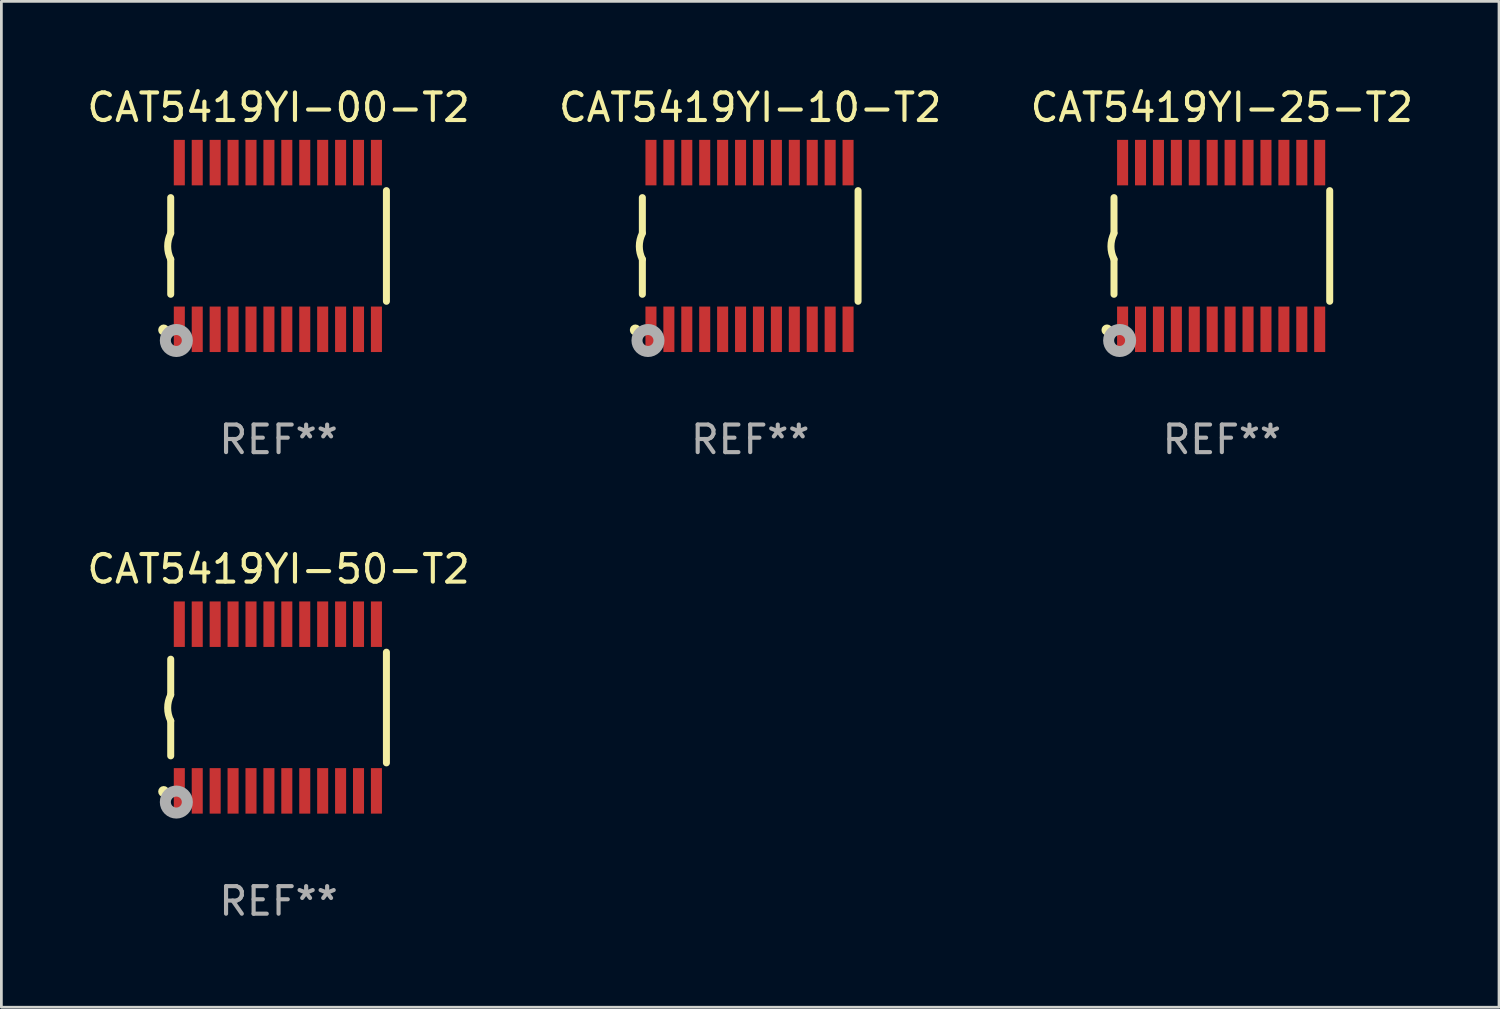
<source format=kicad_pcb>
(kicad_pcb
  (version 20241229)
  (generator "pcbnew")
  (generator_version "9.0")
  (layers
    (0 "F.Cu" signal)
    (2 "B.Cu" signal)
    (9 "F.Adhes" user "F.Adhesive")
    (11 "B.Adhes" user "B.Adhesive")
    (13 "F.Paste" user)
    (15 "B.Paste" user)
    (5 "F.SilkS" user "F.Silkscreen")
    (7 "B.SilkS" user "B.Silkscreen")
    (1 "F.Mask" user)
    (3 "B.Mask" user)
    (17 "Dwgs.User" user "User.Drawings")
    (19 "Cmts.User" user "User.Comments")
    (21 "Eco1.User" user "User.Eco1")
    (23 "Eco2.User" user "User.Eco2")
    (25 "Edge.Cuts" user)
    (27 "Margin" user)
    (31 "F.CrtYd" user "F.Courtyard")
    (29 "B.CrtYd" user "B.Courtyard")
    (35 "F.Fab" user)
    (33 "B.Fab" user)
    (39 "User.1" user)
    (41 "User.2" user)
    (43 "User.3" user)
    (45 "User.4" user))
  (footprint "CAT5419YI-10-T2"
    (layer "F.Cu")
    (at 24.161 5.871)
    (property "Reference" "CAT5419YI-10-T2" (at 0 -5.023 0) (layer "F.SilkS") (effects (font (size 1 1) (thickness 0.15))))
    (attr through_hole)
    (fp_line (start -3.912 -0.483) (end -3.912 -1.753) (stroke (width 0.254) (type solid)) (layer "F.SilkS"))
    (fp_line (start -3.912 1.753) (end -3.912 0.483) (stroke (width 0.254) (type solid)) (layer "F.SilkS"))
    (fp_line (start 3.912 -2.007) (end 3.912 2.007) (stroke (width 0.254) (type solid)) (layer "F.SilkS"))
    (fp_arc (start -3.911608 0.482601) (mid -4.022537 0.0127) (end -3.911608 -0.457201) (stroke (width 0.254001) (type solid)) (layer "F.SilkS"))
    (fp_circle (center -4.166 3.048) (end -4.066 3.048) (stroke (width 0.2) (type solid)) (fill no) (layer "F.SilkS"))
    (fp_circle (center -3.925 3.186) (end -3.895 3.186) (stroke (width 0.06) (type solid)) (fill no) (layer "F.SilkS"))
    (fp_circle (center -3.708 3.429) (end -3.509 3.429) (stroke (width 0.4) (type solid)) (fill no) (layer "F.Fab"))
    (fp_text user "REF**" (at 0 7.023 0) (layer "F.Fab") (effects (font (size 1 1) (thickness 0.15))))
    (pad "1" smd rect (at -3.6 3.023) (size 0.4 1.65) (layers "F.Cu" "F.Mask" "F.Paste"))
    (pad "2" smd rect (at -2.95 3.023) (size 0.4 1.65) (layers "F.Cu" "F.Mask" "F.Paste"))
    (pad "3" smd rect (at -2.3 3.023) (size 0.4 1.65) (layers "F.Cu" "F.Mask" "F.Paste"))
    (pad "4" smd rect (at -1.65 3.023) (size 0.4 1.65) (layers "F.Cu" "F.Mask" "F.Paste"))
    (pad "5" smd rect (at -1 3.023) (size 0.4 1.65) (layers "F.Cu" "F.Mask" "F.Paste"))
    (pad "6" smd rect (at -0.35 3.023) (size 0.4 1.65) (layers "F.Cu" "F.Mask" "F.Paste"))
    (pad "7" smd rect (at 0.299 3.023) (size 0.4 1.65) (layers "F.Cu" "F.Mask" "F.Paste"))
    (pad "8" smd rect (at 0.95 3.023) (size 0.4 1.65) (layers "F.Cu" "F.Mask" "F.Paste"))
    (pad "9" smd rect (at 1.6 3.023) (size 0.4 1.65) (layers "F.Cu" "F.Mask" "F.Paste"))
    (pad "10" smd rect (at 2.25 3.023) (size 0.4 1.65) (layers "F.Cu" "F.Mask" "F.Paste"))
    (pad "11" smd rect (at 2.9 3.023) (size 0.4 1.65) (layers "F.Cu" "F.Mask" "F.Paste"))
    (pad "12" smd rect (at 3.549 3.023) (size 0.4 1.65) (layers "F.Cu" "F.Mask" "F.Paste"))
    (pad "13" smd rect (at 3.549 -3.023) (size 0.4 1.65) (layers "F.Cu" "F.Mask" "F.Paste"))
    (pad "14" smd rect (at 2.9 -3.023) (size 0.4 1.65) (layers "F.Cu" "F.Mask" "F.Paste"))
    (pad "15" smd rect (at 2.25 -3.023) (size 0.4 1.65) (layers "F.Cu" "F.Mask" "F.Paste"))
    (pad "16" smd rect (at 1.6 -3.023) (size 0.4 1.65) (layers "F.Cu" "F.Mask" "F.Paste"))
    (pad "17" smd rect (at 0.95 -3.023) (size 0.4 1.65) (layers "F.Cu" "F.Mask" "F.Paste"))
    (pad "18" smd rect (at 0.299 -3.023) (size 0.4 1.65) (layers "F.Cu" "F.Mask" "F.Paste"))
    (pad "19" smd rect (at -0.35 -3.023) (size 0.4 1.65) (layers "F.Cu" "F.Mask" "F.Paste"))
    (pad "20" smd rect (at -1 -3.023) (size 0.4 1.65) (layers "F.Cu" "F.Mask" "F.Paste"))
    (pad "21" smd rect (at -1.65 -3.023) (size 0.4 1.65) (layers "F.Cu" "F.Mask" "F.Paste"))
    (pad "22" smd rect (at -2.3 -3.023) (size 0.4 1.65) (layers "F.Cu" "F.Mask" "F.Paste"))
    (pad "23" smd rect (at -2.95 -3.023) (size 0.4 1.65) (layers "F.Cu" "F.Mask" "F.Paste"))
    (pad "24" smd rect (at -3.6 -3.023) (size 0.4 1.65) (layers "F.Cu" "F.Mask" "F.Paste")))
  (footprint "CAT5419YI-25-T2"
    (layer "F.Cu")
    (at 41.268 5.871)
    (property "Reference" "CAT5419YI-25-T2" (at 0 -5.023 0) (layer "F.SilkS") (effects (font (size 1 1) (thickness 0.15))))
    (attr through_hole)
    (fp_line (start -3.912 -0.483) (end -3.912 -1.753) (stroke (width 0.254) (type solid)) (layer "F.SilkS"))
    (fp_line (start -3.912 1.753) (end -3.912 0.483) (stroke (width 0.254) (type solid)) (layer "F.SilkS"))
    (fp_line (start 3.912 -2.007) (end 3.912 2.007) (stroke (width 0.254) (type solid)) (layer "F.SilkS"))
    (fp_arc (start -3.911608 0.482601) (mid -4.022537 0.0127) (end -3.911608 -0.457201) (stroke (width 0.254001) (type solid)) (layer "F.SilkS"))
    (fp_circle (center -4.166 3.048) (end -4.066 3.048) (stroke (width 0.2) (type solid)) (fill no) (layer "F.SilkS"))
    (fp_circle (center -3.925 3.186) (end -3.895 3.186) (stroke (width 0.06) (type solid)) (fill no) (layer "F.SilkS"))
    (fp_circle (center -3.708 3.429) (end -3.509 3.429) (stroke (width 0.4) (type solid)) (fill no) (layer "F.Fab"))
    (fp_text user "REF**" (at 0 7.023 0) (layer "F.Fab") (effects (font (size 1 1) (thickness 0.15))))
    (pad "1" smd rect (at -3.6 3.023) (size 0.4 1.65) (layers "F.Cu" "F.Mask" "F.Paste"))
    (pad "2" smd rect (at -2.95 3.023) (size 0.4 1.65) (layers "F.Cu" "F.Mask" "F.Paste"))
    (pad "3" smd rect (at -2.3 3.023) (size 0.4 1.65) (layers "F.Cu" "F.Mask" "F.Paste"))
    (pad "4" smd rect (at -1.65 3.023) (size 0.4 1.65) (layers "F.Cu" "F.Mask" "F.Paste"))
    (pad "5" smd rect (at -1 3.023) (size 0.4 1.65) (layers "F.Cu" "F.Mask" "F.Paste"))
    (pad "6" smd rect (at -0.35 3.023) (size 0.4 1.65) (layers "F.Cu" "F.Mask" "F.Paste"))
    (pad "7" smd rect (at 0.299 3.023) (size 0.4 1.65) (layers "F.Cu" "F.Mask" "F.Paste"))
    (pad "8" smd rect (at 0.95 3.023) (size 0.4 1.65) (layers "F.Cu" "F.Mask" "F.Paste"))
    (pad "9" smd rect (at 1.6 3.023) (size 0.4 1.65) (layers "F.Cu" "F.Mask" "F.Paste"))
    (pad "10" smd rect (at 2.25 3.023) (size 0.4 1.65) (layers "F.Cu" "F.Mask" "F.Paste"))
    (pad "11" smd rect (at 2.9 3.023) (size 0.4 1.65) (layers "F.Cu" "F.Mask" "F.Paste"))
    (pad "12" smd rect (at 3.549 3.023) (size 0.4 1.65) (layers "F.Cu" "F.Mask" "F.Paste"))
    (pad "13" smd rect (at 3.549 -3.023) (size 0.4 1.65) (layers "F.Cu" "F.Mask" "F.Paste"))
    (pad "14" smd rect (at 2.9 -3.023) (size 0.4 1.65) (layers "F.Cu" "F.Mask" "F.Paste"))
    (pad "15" smd rect (at 2.25 -3.023) (size 0.4 1.65) (layers "F.Cu" "F.Mask" "F.Paste"))
    (pad "16" smd rect (at 1.6 -3.023) (size 0.4 1.65) (layers "F.Cu" "F.Mask" "F.Paste"))
    (pad "17" smd rect (at 0.95 -3.023) (size 0.4 1.65) (layers "F.Cu" "F.Mask" "F.Paste"))
    (pad "18" smd rect (at 0.299 -3.023) (size 0.4 1.65) (layers "F.Cu" "F.Mask" "F.Paste"))
    (pad "19" smd rect (at -0.35 -3.023) (size 0.4 1.65) (layers "F.Cu" "F.Mask" "F.Paste"))
    (pad "20" smd rect (at -1 -3.023) (size 0.4 1.65) (layers "F.Cu" "F.Mask" "F.Paste"))
    (pad "21" smd rect (at -1.65 -3.023) (size 0.4 1.65) (layers "F.Cu" "F.Mask" "F.Paste"))
    (pad "22" smd rect (at -2.3 -3.023) (size 0.4 1.65) (layers "F.Cu" "F.Mask" "F.Paste"))
    (pad "23" smd rect (at -2.95 -3.023) (size 0.4 1.65) (layers "F.Cu" "F.Mask" "F.Paste"))
    (pad "24" smd rect (at -3.6 -3.023) (size 0.4 1.65) (layers "F.Cu" "F.Mask" "F.Paste")))
  (footprint "CAT5419YI-50-T2"
    (layer "F.Cu")
    (at 7.054 22.613)
    (property "Reference" "CAT5419YI-50-T2" (at 0 -5.023 0) (layer "F.SilkS") (effects (font (size 1 1) (thickness 0.15))))
    (attr through_hole)
    (fp_line (start -3.912 -0.483) (end -3.912 -1.753) (stroke (width 0.254) (type solid)) (layer "F.SilkS"))
    (fp_line (start -3.912 1.753) (end -3.912 0.483) (stroke (width 0.254) (type solid)) (layer "F.SilkS"))
    (fp_line (start 3.912 -2.007) (end 3.912 2.007) (stroke (width 0.254) (type solid)) (layer "F.SilkS"))
    (fp_arc (start -3.911608 0.482601) (mid -4.022537 0.0127) (end -3.911608 -0.457201) (stroke (width 0.254001) (type solid)) (layer "F.SilkS"))
    (fp_circle (center -4.166 3.048) (end -4.066 3.048) (stroke (width 0.2) (type solid)) (fill no) (layer "F.SilkS"))
    (fp_circle (center -3.925 3.186) (end -3.895 3.186) (stroke (width 0.06) (type solid)) (fill no) (layer "F.SilkS"))
    (fp_circle (center -3.708 3.429) (end -3.509 3.429) (stroke (width 0.4) (type solid)) (fill no) (layer "F.Fab"))
    (fp_text user "REF**" (at 0 7.023 0) (layer "F.Fab") (effects (font (size 1 1) (thickness 0.15))))
    (pad "1" smd rect (at -3.6 3.023) (size 0.4 1.65) (layers "F.Cu" "F.Mask" "F.Paste"))
    (pad "2" smd rect (at -2.95 3.023) (size 0.4 1.65) (layers "F.Cu" "F.Mask" "F.Paste"))
    (pad "3" smd rect (at -2.3 3.023) (size 0.4 1.65) (layers "F.Cu" "F.Mask" "F.Paste"))
    (pad "4" smd rect (at -1.65 3.023) (size 0.4 1.65) (layers "F.Cu" "F.Mask" "F.Paste"))
    (pad "5" smd rect (at -1 3.023) (size 0.4 1.65) (layers "F.Cu" "F.Mask" "F.Paste"))
    (pad "6" smd rect (at -0.35 3.023) (size 0.4 1.65) (layers "F.Cu" "F.Mask" "F.Paste"))
    (pad "7" smd rect (at 0.299 3.023) (size 0.4 1.65) (layers "F.Cu" "F.Mask" "F.Paste"))
    (pad "8" smd rect (at 0.95 3.023) (size 0.4 1.65) (layers "F.Cu" "F.Mask" "F.Paste"))
    (pad "9" smd rect (at 1.6 3.023) (size 0.4 1.65) (layers "F.Cu" "F.Mask" "F.Paste"))
    (pad "10" smd rect (at 2.25 3.023) (size 0.4 1.65) (layers "F.Cu" "F.Mask" "F.Paste"))
    (pad "11" smd rect (at 2.9 3.023) (size 0.4 1.65) (layers "F.Cu" "F.Mask" "F.Paste"))
    (pad "12" smd rect (at 3.549 3.023) (size 0.4 1.65) (layers "F.Cu" "F.Mask" "F.Paste"))
    (pad "13" smd rect (at 3.549 -3.023) (size 0.4 1.65) (layers "F.Cu" "F.Mask" "F.Paste"))
    (pad "14" smd rect (at 2.9 -3.023) (size 0.4 1.65) (layers "F.Cu" "F.Mask" "F.Paste"))
    (pad "15" smd rect (at 2.25 -3.023) (size 0.4 1.65) (layers "F.Cu" "F.Mask" "F.Paste"))
    (pad "16" smd rect (at 1.6 -3.023) (size 0.4 1.65) (layers "F.Cu" "F.Mask" "F.Paste"))
    (pad "17" smd rect (at 0.95 -3.023) (size 0.4 1.65) (layers "F.Cu" "F.Mask" "F.Paste"))
    (pad "18" smd rect (at 0.299 -3.023) (size 0.4 1.65) (layers "F.Cu" "F.Mask" "F.Paste"))
    (pad "19" smd rect (at -0.35 -3.023) (size 0.4 1.65) (layers "F.Cu" "F.Mask" "F.Paste"))
    (pad "20" smd rect (at -1 -3.023) (size 0.4 1.65) (layers "F.Cu" "F.Mask" "F.Paste"))
    (pad "21" smd rect (at -1.65 -3.023) (size 0.4 1.65) (layers "F.Cu" "F.Mask" "F.Paste"))
    (pad "22" smd rect (at -2.3 -3.023) (size 0.4 1.65) (layers "F.Cu" "F.Mask" "F.Paste"))
    (pad "23" smd rect (at -2.95 -3.023) (size 0.4 1.65) (layers "F.Cu" "F.Mask" "F.Paste"))
    (pad "24" smd rect (at -3.6 -3.023) (size 0.4 1.65) (layers "F.Cu" "F.Mask" "F.Paste")))
  (footprint "CAT5419YI-00-T2"
    (layer "F.Cu")
    (at 7.054 5.871)
    (property "Reference" "CAT5419YI-00-T2" (at 0 -5.023 0) (layer "F.SilkS") (effects (font (size 1 1) (thickness 0.15))))
    (attr through_hole)
    (fp_line (start -3.912 -0.483) (end -3.912 -1.753) (stroke (width 0.254) (type solid)) (layer "F.SilkS"))
    (fp_line (start -3.912 1.753) (end -3.912 0.483) (stroke (width 0.254) (type solid)) (layer "F.SilkS"))
    (fp_line (start 3.912 -2.007) (end 3.912 2.007) (stroke (width 0.254) (type solid)) (layer "F.SilkS"))
    (fp_arc (start -3.911608 0.482601) (mid -4.022537 0.0127) (end -3.911608 -0.457201) (stroke (width 0.254001) (type solid)) (layer "F.SilkS"))
    (fp_circle (center -4.166 3.048) (end -4.066 3.048) (stroke (width 0.2) (type solid)) (fill no) (layer "F.SilkS"))
    (fp_circle (center -3.925 3.186) (end -3.895 3.186) (stroke (width 0.06) (type solid)) (fill no) (layer "F.SilkS"))
    (fp_circle (center -3.708 3.429) (end -3.509 3.429) (stroke (width 0.4) (type solid)) (fill no) (layer "F.Fab"))
    (fp_text user "REF**" (at 0 7.023 0) (layer "F.Fab") (effects (font (size 1 1) (thickness 0.15))))
    (pad "1" smd rect (at -3.6 3.023) (size 0.4 1.65) (layers "F.Cu" "F.Mask" "F.Paste"))
    (pad "2" smd rect (at -2.95 3.023) (size 0.4 1.65) (layers "F.Cu" "F.Mask" "F.Paste"))
    (pad "3" smd rect (at -2.3 3.023) (size 0.4 1.65) (layers "F.Cu" "F.Mask" "F.Paste"))
    (pad "4" smd rect (at -1.65 3.023) (size 0.4 1.65) (layers "F.Cu" "F.Mask" "F.Paste"))
    (pad "5" smd rect (at -1 3.023) (size 0.4 1.65) (layers "F.Cu" "F.Mask" "F.Paste"))
    (pad "6" smd rect (at -0.35 3.023) (size 0.4 1.65) (layers "F.Cu" "F.Mask" "F.Paste"))
    (pad "7" smd rect (at 0.299 3.023) (size 0.4 1.65) (layers "F.Cu" "F.Mask" "F.Paste"))
    (pad "8" smd rect (at 0.95 3.023) (size 0.4 1.65) (layers "F.Cu" "F.Mask" "F.Paste"))
    (pad "9" smd rect (at 1.6 3.023) (size 0.4 1.65) (layers "F.Cu" "F.Mask" "F.Paste"))
    (pad "10" smd rect (at 2.25 3.023) (size 0.4 1.65) (layers "F.Cu" "F.Mask" "F.Paste"))
    (pad "11" smd rect (at 2.9 3.023) (size 0.4 1.65) (layers "F.Cu" "F.Mask" "F.Paste"))
    (pad "12" smd rect (at 3.549 3.023) (size 0.4 1.65) (layers "F.Cu" "F.Mask" "F.Paste"))
    (pad "13" smd rect (at 3.549 -3.023) (size 0.4 1.65) (layers "F.Cu" "F.Mask" "F.Paste"))
    (pad "14" smd rect (at 2.9 -3.023) (size 0.4 1.65) (layers "F.Cu" "F.Mask" "F.Paste"))
    (pad "15" smd rect (at 2.25 -3.023) (size 0.4 1.65) (layers "F.Cu" "F.Mask" "F.Paste"))
    (pad "16" smd rect (at 1.6 -3.023) (size 0.4 1.65) (layers "F.Cu" "F.Mask" "F.Paste"))
    (pad "17" smd rect (at 0.95 -3.023) (size 0.4 1.65) (layers "F.Cu" "F.Mask" "F.Paste"))
    (pad "18" smd rect (at 0.299 -3.023) (size 0.4 1.65) (layers "F.Cu" "F.Mask" "F.Paste"))
    (pad "19" smd rect (at -0.35 -3.023) (size 0.4 1.65) (layers "F.Cu" "F.Mask" "F.Paste"))
    (pad "20" smd rect (at -1 -3.023) (size 0.4 1.65) (layers "F.Cu" "F.Mask" "F.Paste"))
    (pad "21" smd rect (at -1.65 -3.023) (size 0.4 1.65) (layers "F.Cu" "F.Mask" "F.Paste"))
    (pad "22" smd rect (at -2.3 -3.023) (size 0.4 1.65) (layers "F.Cu" "F.Mask" "F.Paste"))
    (pad "23" smd rect (at -2.95 -3.023) (size 0.4 1.65) (layers "F.Cu" "F.Mask" "F.Paste"))
    (pad "24" smd rect (at -3.6 -3.023) (size 0.4 1.65) (layers "F.Cu" "F.Mask" "F.Paste")))
  (gr_rect
    (start -3 -3)
    (end 51.321 33.483)
    (stroke (width 0.1) (type default))
    (fill no)
    (layer "Edge.Cuts")))
</source>
